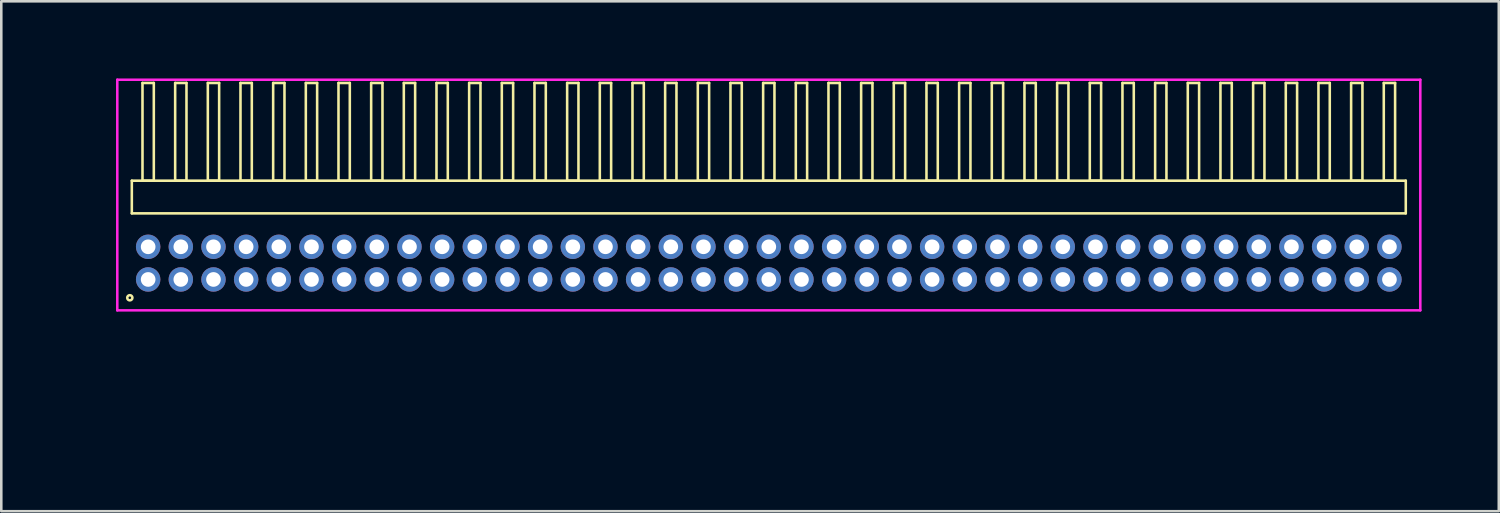
<source format=kicad_pcb>
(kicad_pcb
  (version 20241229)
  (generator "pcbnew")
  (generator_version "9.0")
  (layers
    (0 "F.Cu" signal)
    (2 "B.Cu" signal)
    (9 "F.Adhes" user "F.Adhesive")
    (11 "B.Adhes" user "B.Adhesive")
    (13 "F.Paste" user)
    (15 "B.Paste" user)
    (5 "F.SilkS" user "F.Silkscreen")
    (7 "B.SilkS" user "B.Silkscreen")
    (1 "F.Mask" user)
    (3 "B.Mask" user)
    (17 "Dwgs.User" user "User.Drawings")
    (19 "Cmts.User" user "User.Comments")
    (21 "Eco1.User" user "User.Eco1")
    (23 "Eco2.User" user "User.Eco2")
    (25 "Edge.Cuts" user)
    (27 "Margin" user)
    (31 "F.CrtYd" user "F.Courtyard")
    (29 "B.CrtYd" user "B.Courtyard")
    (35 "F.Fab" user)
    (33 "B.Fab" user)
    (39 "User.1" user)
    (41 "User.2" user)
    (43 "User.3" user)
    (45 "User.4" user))
  (footprint "HDR_RA127P39x2"
    (layer "F.Cu")
    (at 26.84 7.18)
    (property "Reference" "HDR_RA127P39x2" (at -26.08 0 90) (layer "User.1") (effects (font (size 1 1) (thickness 0.1))))
    (attr through_hole)
    (fp_line (start -24.765 -3.205) (end -24.765 -1.935) (stroke (width 0.1) (type solid)) (layer "F.SilkS"))
    (fp_line (start -24.765 -1.935) (end 24.765 -1.935) (stroke (width 0.1) (type solid)) (layer "F.SilkS"))
    (fp_line (start -24.35 -7.005) (end -24.35 -3.205) (stroke (width 0.1) (type solid)) (layer "F.SilkS"))
    (fp_line (start -24.35 -3.205) (end -23.91 -3.205) (stroke (width 0.1) (type solid)) (layer "F.SilkS"))
    (fp_line (start -23.91 -7.005) (end -24.35 -7.005) (stroke (width 0.1) (type solid)) (layer "F.SilkS"))
    (fp_line (start -23.91 -3.205) (end -23.91 -7.005) (stroke (width 0.1) (type solid)) (layer "F.SilkS"))
    (fp_line (start -23.08 -7.005) (end -23.08 -3.205) (stroke (width 0.1) (type solid)) (layer "F.SilkS"))
    (fp_line (start -23.08 -3.205) (end -22.64 -3.205) (stroke (width 0.1) (type solid)) (layer "F.SilkS"))
    (fp_line (start -22.64 -7.005) (end -23.08 -7.005) (stroke (width 0.1) (type solid)) (layer "F.SilkS"))
    (fp_line (start -22.64 -3.205) (end -22.64 -7.005) (stroke (width 0.1) (type solid)) (layer "F.SilkS"))
    (fp_line (start -21.81 -7.005) (end -21.81 -3.205) (stroke (width 0.1) (type solid)) (layer "F.SilkS"))
    (fp_line (start -21.81 -3.205) (end -21.37 -3.205) (stroke (width 0.1) (type solid)) (layer "F.SilkS"))
    (fp_line (start -21.37 -7.005) (end -21.81 -7.005) (stroke (width 0.1) (type solid)) (layer "F.SilkS"))
    (fp_line (start -21.37 -3.205) (end -21.37 -7.005) (stroke (width 0.1) (type solid)) (layer "F.SilkS"))
    (fp_line (start -20.54 -7.005) (end -20.54 -3.205) (stroke (width 0.1) (type solid)) (layer "F.SilkS"))
    (fp_line (start -20.54 -3.205) (end -20.1 -3.205) (stroke (width 0.1) (type solid)) (layer "F.SilkS"))
    (fp_line (start -20.1 -7.005) (end -20.54 -7.005) (stroke (width 0.1) (type solid)) (layer "F.SilkS"))
    (fp_line (start -20.1 -3.205) (end -20.1 -7.005) (stroke (width 0.1) (type solid)) (layer "F.SilkS"))
    (fp_line (start -19.27 -7.005) (end -19.27 -3.205) (stroke (width 0.1) (type solid)) (layer "F.SilkS"))
    (fp_line (start -19.27 -3.205) (end -18.83 -3.205) (stroke (width 0.1) (type solid)) (layer "F.SilkS"))
    (fp_line (start -18.83 -7.005) (end -19.27 -7.005) (stroke (width 0.1) (type solid)) (layer "F.SilkS"))
    (fp_line (start -18.83 -3.205) (end -18.83 -7.005) (stroke (width 0.1) (type solid)) (layer "F.SilkS"))
    (fp_line (start -18 -7.005) (end -18 -3.205) (stroke (width 0.1) (type solid)) (layer "F.SilkS"))
    (fp_line (start -18 -3.205) (end -17.56 -3.205) (stroke (width 0.1) (type solid)) (layer "F.SilkS"))
    (fp_line (start -17.56 -7.005) (end -18 -7.005) (stroke (width 0.1) (type solid)) (layer "F.SilkS"))
    (fp_line (start -17.56 -3.205) (end -17.56 -7.005) (stroke (width 0.1) (type solid)) (layer "F.SilkS"))
    (fp_line (start -16.73 -7.005) (end -16.73 -3.205) (stroke (width 0.1) (type solid)) (layer "F.SilkS"))
    (fp_line (start -16.73 -3.205) (end -16.29 -3.205) (stroke (width 0.1) (type solid)) (layer "F.SilkS"))
    (fp_line (start -16.29 -7.005) (end -16.73 -7.005) (stroke (width 0.1) (type solid)) (layer "F.SilkS"))
    (fp_line (start -16.29 -3.205) (end -16.29 -7.005) (stroke (width 0.1) (type solid)) (layer "F.SilkS"))
    (fp_line (start -15.46 -7.005) (end -15.46 -3.205) (stroke (width 0.1) (type solid)) (layer "F.SilkS"))
    (fp_line (start -15.46 -3.205) (end -15.02 -3.205) (stroke (width 0.1) (type solid)) (layer "F.SilkS"))
    (fp_line (start -15.02 -7.005) (end -15.46 -7.005) (stroke (width 0.1) (type solid)) (layer "F.SilkS"))
    (fp_line (start -15.02 -3.205) (end -15.02 -7.005) (stroke (width 0.1) (type solid)) (layer "F.SilkS"))
    (fp_line (start -14.19 -7.005) (end -14.19 -3.205) (stroke (width 0.1) (type solid)) (layer "F.SilkS"))
    (fp_line (start -14.19 -3.205) (end -13.75 -3.205) (stroke (width 0.1) (type solid)) (layer "F.SilkS"))
    (fp_line (start -13.75 -7.005) (end -14.19 -7.005) (stroke (width 0.1) (type solid)) (layer "F.SilkS"))
    (fp_line (start -13.75 -3.205) (end -13.75 -7.005) (stroke (width 0.1) (type solid)) (layer "F.SilkS"))
    (fp_line (start -12.92 -7.005) (end -12.92 -3.205) (stroke (width 0.1) (type solid)) (layer "F.SilkS"))
    (fp_line (start -12.92 -3.205) (end -12.48 -3.205) (stroke (width 0.1) (type solid)) (layer "F.SilkS"))
    (fp_line (start -12.48 -7.005) (end -12.92 -7.005) (stroke (width 0.1) (type solid)) (layer "F.SilkS"))
    (fp_line (start -12.48 -3.205) (end -12.48 -7.005) (stroke (width 0.1) (type solid)) (layer "F.SilkS"))
    (fp_line (start -11.65 -7.005) (end -11.65 -3.205) (stroke (width 0.1) (type solid)) (layer "F.SilkS"))
    (fp_line (start -11.65 -3.205) (end -11.21 -3.205) (stroke (width 0.1) (type solid)) (layer "F.SilkS"))
    (fp_line (start -11.21 -7.005) (end -11.65 -7.005) (stroke (width 0.1) (type solid)) (layer "F.SilkS"))
    (fp_line (start -11.21 -3.205) (end -11.21 -7.005) (stroke (width 0.1) (type solid)) (layer "F.SilkS"))
    (fp_line (start -10.38 -7.005) (end -10.38 -3.205) (stroke (width 0.1) (type solid)) (layer "F.SilkS"))
    (fp_line (start -10.38 -3.205) (end -9.94 -3.205) (stroke (width 0.1) (type solid)) (layer "F.SilkS"))
    (fp_line (start -9.94 -7.005) (end -10.38 -7.005) (stroke (width 0.1) (type solid)) (layer "F.SilkS"))
    (fp_line (start -9.94 -3.205) (end -9.94 -7.005) (stroke (width 0.1) (type solid)) (layer "F.SilkS"))
    (fp_line (start -9.11 -7.005) (end -9.11 -3.205) (stroke (width 0.1) (type solid)) (layer "F.SilkS"))
    (fp_line (start -9.11 -3.205) (end -8.67 -3.205) (stroke (width 0.1) (type solid)) (layer "F.SilkS"))
    (fp_line (start -8.67 -7.005) (end -9.11 -7.005) (stroke (width 0.1) (type solid)) (layer "F.SilkS"))
    (fp_line (start -8.67 -3.205) (end -8.67 -7.005) (stroke (width 0.1) (type solid)) (layer "F.SilkS"))
    (fp_line (start -7.84 -7.005) (end -7.84 -3.205) (stroke (width 0.1) (type solid)) (layer "F.SilkS"))
    (fp_line (start -7.84 -3.205) (end -7.4 -3.205) (stroke (width 0.1) (type solid)) (layer "F.SilkS"))
    (fp_line (start -7.4 -7.005) (end -7.84 -7.005) (stroke (width 0.1) (type solid)) (layer "F.SilkS"))
    (fp_line (start -7.4 -3.205) (end -7.4 -7.005) (stroke (width 0.1) (type solid)) (layer "F.SilkS"))
    (fp_line (start -6.57 -7.005) (end -6.57 -3.205) (stroke (width 0.1) (type solid)) (layer "F.SilkS"))
    (fp_line (start -6.57 -3.205) (end -6.13 -3.205) (stroke (width 0.1) (type solid)) (layer "F.SilkS"))
    (fp_line (start -6.13 -7.005) (end -6.57 -7.005) (stroke (width 0.1) (type solid)) (layer "F.SilkS"))
    (fp_line (start -6.13 -3.205) (end -6.13 -7.005) (stroke (width 0.1) (type solid)) (layer "F.SilkS"))
    (fp_line (start -5.3 -7.005) (end -5.3 -3.205) (stroke (width 0.1) (type solid)) (layer "F.SilkS"))
    (fp_line (start -5.3 -3.205) (end -4.86 -3.205) (stroke (width 0.1) (type solid)) (layer "F.SilkS"))
    (fp_line (start -4.86 -7.005) (end -5.3 -7.005) (stroke (width 0.1) (type solid)) (layer "F.SilkS"))
    (fp_line (start -4.86 -3.205) (end -4.86 -7.005) (stroke (width 0.1) (type solid)) (layer "F.SilkS"))
    (fp_line (start -4.03 -7.005) (end -4.03 -3.205) (stroke (width 0.1) (type solid)) (layer "F.SilkS"))
    (fp_line (start -4.03 -3.205) (end -3.59 -3.205) (stroke (width 0.1) (type solid)) (layer "F.SilkS"))
    (fp_line (start -3.59 -7.005) (end -4.03 -7.005) (stroke (width 0.1) (type solid)) (layer "F.SilkS"))
    (fp_line (start -3.59 -3.205) (end -3.59 -7.005) (stroke (width 0.1) (type solid)) (layer "F.SilkS"))
    (fp_line (start -2.76 -7.005) (end -2.76 -3.205) (stroke (width 0.1) (type solid)) (layer "F.SilkS"))
    (fp_line (start -2.76 -3.205) (end -2.32 -3.205) (stroke (width 0.1) (type solid)) (layer "F.SilkS"))
    (fp_line (start -2.32 -7.005) (end -2.76 -7.005) (stroke (width 0.1) (type solid)) (layer "F.SilkS"))
    (fp_line (start -2.32 -3.205) (end -2.32 -7.005) (stroke (width 0.1) (type solid)) (layer "F.SilkS"))
    (fp_line (start -1.49 -7.005) (end -1.49 -3.205) (stroke (width 0.1) (type solid)) (layer "F.SilkS"))
    (fp_line (start -1.49 -3.205) (end -1.05 -3.205) (stroke (width 0.1) (type solid)) (layer "F.SilkS"))
    (fp_line (start -1.05 -7.005) (end -1.49 -7.005) (stroke (width 0.1) (type solid)) (layer "F.SilkS"))
    (fp_line (start -1.05 -3.205) (end -1.05 -7.005) (stroke (width 0.1) (type solid)) (layer "F.SilkS"))
    (fp_line (start -0.22 -7.005) (end -0.22 -3.205) (stroke (width 0.1) (type solid)) (layer "F.SilkS"))
    (fp_line (start -0.22 -3.205) (end 0.22 -3.205) (stroke (width 0.1) (type solid)) (layer "F.SilkS"))
    (fp_line (start 0.22 -7.005) (end -0.22 -7.005) (stroke (width 0.1) (type solid)) (layer "F.SilkS"))
    (fp_line (start 0.22 -3.205) (end 0.22 -7.005) (stroke (width 0.1) (type solid)) (layer "F.SilkS"))
    (fp_line (start 1.05 -7.005) (end 1.05 -3.205) (stroke (width 0.1) (type solid)) (layer "F.SilkS"))
    (fp_line (start 1.05 -3.205) (end 1.49 -3.205) (stroke (width 0.1) (type solid)) (layer "F.SilkS"))
    (fp_line (start 1.49 -7.005) (end 1.05 -7.005) (stroke (width 0.1) (type solid)) (layer "F.SilkS"))
    (fp_line (start 1.49 -3.205) (end 1.49 -7.005) (stroke (width 0.1) (type solid)) (layer "F.SilkS"))
    (fp_line (start 2.32 -7.005) (end 2.32 -3.205) (stroke (width 0.1) (type solid)) (layer "F.SilkS"))
    (fp_line (start 2.32 -3.205) (end 2.76 -3.205) (stroke (width 0.1) (type solid)) (layer "F.SilkS"))
    (fp_line (start 2.76 -7.005) (end 2.32 -7.005) (stroke (width 0.1) (type solid)) (layer "F.SilkS"))
    (fp_line (start 2.76 -3.205) (end 2.76 -7.005) (stroke (width 0.1) (type solid)) (layer "F.SilkS"))
    (fp_line (start 3.59 -7.005) (end 3.59 -3.205) (stroke (width 0.1) (type solid)) (layer "F.SilkS"))
    (fp_line (start 3.59 -3.205) (end 4.03 -3.205) (stroke (width 0.1) (type solid)) (layer "F.SilkS"))
    (fp_line (start 4.03 -7.005) (end 3.59 -7.005) (stroke (width 0.1) (type solid)) (layer "F.SilkS"))
    (fp_line (start 4.03 -3.205) (end 4.03 -7.005) (stroke (width 0.1) (type solid)) (layer "F.SilkS"))
    (fp_line (start 4.86 -7.005) (end 4.86 -3.205) (stroke (width 0.1) (type solid)) (layer "F.SilkS"))
    (fp_line (start 4.86 -3.205) (end 5.3 -3.205) (stroke (width 0.1) (type solid)) (layer "F.SilkS"))
    (fp_line (start 5.3 -7.005) (end 4.86 -7.005) (stroke (width 0.1) (type solid)) (layer "F.SilkS"))
    (fp_line (start 5.3 -3.205) (end 5.3 -7.005) (stroke (width 0.1) (type solid)) (layer "F.SilkS"))
    (fp_line (start 6.13 -7.005) (end 6.13 -3.205) (stroke (width 0.1) (type solid)) (layer "F.SilkS"))
    (fp_line (start 6.13 -3.205) (end 6.57 -3.205) (stroke (width 0.1) (type solid)) (layer "F.SilkS"))
    (fp_line (start 6.57 -7.005) (end 6.13 -7.005) (stroke (width 0.1) (type solid)) (layer "F.SilkS"))
    (fp_line (start 6.57 -3.205) (end 6.57 -7.005) (stroke (width 0.1) (type solid)) (layer "F.SilkS"))
    (fp_line (start 7.4 -7.005) (end 7.4 -3.205) (stroke (width 0.1) (type solid)) (layer "F.SilkS"))
    (fp_line (start 7.4 -3.205) (end 7.84 -3.205) (stroke (width 0.1) (type solid)) (layer "F.SilkS"))
    (fp_line (start 7.84 -7.005) (end 7.4 -7.005) (stroke (width 0.1) (type solid)) (layer "F.SilkS"))
    (fp_line (start 7.84 -3.205) (end 7.84 -7.005) (stroke (width 0.1) (type solid)) (layer "F.SilkS"))
    (fp_line (start 8.67 -7.005) (end 8.67 -3.205) (stroke (width 0.1) (type solid)) (layer "F.SilkS"))
    (fp_line (start 8.67 -3.205) (end 9.11 -3.205) (stroke (width 0.1) (type solid)) (layer "F.SilkS"))
    (fp_line (start 9.11 -7.005) (end 8.67 -7.005) (stroke (width 0.1) (type solid)) (layer "F.SilkS"))
    (fp_line (start 9.11 -3.205) (end 9.11 -7.005) (stroke (width 0.1) (type solid)) (layer "F.SilkS"))
    (fp_line (start 9.94 -7.005) (end 9.94 -3.205) (stroke (width 0.1) (type solid)) (layer "F.SilkS"))
    (fp_line (start 9.94 -3.205) (end 10.38 -3.205) (stroke (width 0.1) (type solid)) (layer "F.SilkS"))
    (fp_line (start 10.38 -7.005) (end 9.94 -7.005) (stroke (width 0.1) (type solid)) (layer "F.SilkS"))
    (fp_line (start 10.38 -3.205) (end 10.38 -7.005) (stroke (width 0.1) (type solid)) (layer "F.SilkS"))
    (fp_line (start 11.21 -7.005) (end 11.21 -3.205) (stroke (width 0.1) (type solid)) (layer "F.SilkS"))
    (fp_line (start 11.21 -3.205) (end 11.65 -3.205) (stroke (width 0.1) (type solid)) (layer "F.SilkS"))
    (fp_line (start 11.65 -7.005) (end 11.21 -7.005) (stroke (width 0.1) (type solid)) (layer "F.SilkS"))
    (fp_line (start 11.65 -3.205) (end 11.65 -7.005) (stroke (width 0.1) (type solid)) (layer "F.SilkS"))
    (fp_line (start 12.48 -7.005) (end 12.48 -3.205) (stroke (width 0.1) (type solid)) (layer "F.SilkS"))
    (fp_line (start 12.48 -3.205) (end 12.92 -3.205) (stroke (width 0.1) (type solid)) (layer "F.SilkS"))
    (fp_line (start 12.92 -7.005) (end 12.48 -7.005) (stroke (width 0.1) (type solid)) (layer "F.SilkS"))
    (fp_line (start 12.92 -3.205) (end 12.92 -7.005) (stroke (width 0.1) (type solid)) (layer "F.SilkS"))
    (fp_line (start 13.75 -7.005) (end 13.75 -3.205) (stroke (width 0.1) (type solid)) (layer "F.SilkS"))
    (fp_line (start 13.75 -3.205) (end 14.19 -3.205) (stroke (width 0.1) (type solid)) (layer "F.SilkS"))
    (fp_line (start 14.19 -7.005) (end 13.75 -7.005) (stroke (width 0.1) (type solid)) (layer "F.SilkS"))
    (fp_line (start 14.19 -3.205) (end 14.19 -7.005) (stroke (width 0.1) (type solid)) (layer "F.SilkS"))
    (fp_line (start 15.02 -7.005) (end 15.02 -3.205) (stroke (width 0.1) (type solid)) (layer "F.SilkS"))
    (fp_line (start 15.02 -3.205) (end 15.46 -3.205) (stroke (width 0.1) (type solid)) (layer "F.SilkS"))
    (fp_line (start 15.46 -7.005) (end 15.02 -7.005) (stroke (width 0.1) (type solid)) (layer "F.SilkS"))
    (fp_line (start 15.46 -3.205) (end 15.46 -7.005) (stroke (width 0.1) (type solid)) (layer "F.SilkS"))
    (fp_line (start 16.29 -7.005) (end 16.29 -3.205) (stroke (width 0.1) (type solid)) (layer "F.SilkS"))
    (fp_line (start 16.29 -3.205) (end 16.73 -3.205) (stroke (width 0.1) (type solid)) (layer "F.SilkS"))
    (fp_line (start 16.73 -7.005) (end 16.29 -7.005) (stroke (width 0.1) (type solid)) (layer "F.SilkS"))
    (fp_line (start 16.73 -3.205) (end 16.73 -7.005) (stroke (width 0.1) (type solid)) (layer "F.SilkS"))
    (fp_line (start 17.56 -7.005) (end 17.56 -3.205) (stroke (width 0.1) (type solid)) (layer "F.SilkS"))
    (fp_line (start 17.56 -3.205) (end 18 -3.205) (stroke (width 0.1) (type solid)) (layer "F.SilkS"))
    (fp_line (start 18 -7.005) (end 17.56 -7.005) (stroke (width 0.1) (type solid)) (layer "F.SilkS"))
    (fp_line (start 18 -3.205) (end 18 -7.005) (stroke (width 0.1) (type solid)) (layer "F.SilkS"))
    (fp_line (start 18.83 -7.005) (end 18.83 -3.205) (stroke (width 0.1) (type solid)) (layer "F.SilkS"))
    (fp_line (start 18.83 -3.205) (end 19.27 -3.205) (stroke (width 0.1) (type solid)) (layer "F.SilkS"))
    (fp_line (start 19.27 -7.005) (end 18.83 -7.005) (stroke (width 0.1) (type solid)) (layer "F.SilkS"))
    (fp_line (start 19.27 -3.205) (end 19.27 -7.005) (stroke (width 0.1) (type solid)) (layer "F.SilkS"))
    (fp_line (start 20.1 -7.005) (end 20.1 -3.205) (stroke (width 0.1) (type solid)) (layer "F.SilkS"))
    (fp_line (start 20.1 -3.205) (end 20.54 -3.205) (stroke (width 0.1) (type solid)) (layer "F.SilkS"))
    (fp_line (start 20.54 -7.005) (end 20.1 -7.005) (stroke (width 0.1) (type solid)) (layer "F.SilkS"))
    (fp_line (start 20.54 -3.205) (end 20.54 -7.005) (stroke (width 0.1) (type solid)) (layer "F.SilkS"))
    (fp_line (start 21.37 -7.005) (end 21.37 -3.205) (stroke (width 0.1) (type solid)) (layer "F.SilkS"))
    (fp_line (start 21.37 -3.205) (end 21.81 -3.205) (stroke (width 0.1) (type solid)) (layer "F.SilkS"))
    (fp_line (start 21.81 -7.005) (end 21.37 -7.005) (stroke (width 0.1) (type solid)) (layer "F.SilkS"))
    (fp_line (start 21.81 -3.205) (end 21.81 -7.005) (stroke (width 0.1) (type solid)) (layer "F.SilkS"))
    (fp_line (start 22.64 -7.005) (end 22.64 -3.205) (stroke (width 0.1) (type solid)) (layer "F.SilkS"))
    (fp_line (start 22.64 -3.205) (end 23.08 -3.205) (stroke (width 0.1) (type solid)) (layer "F.SilkS"))
    (fp_line (start 23.08 -7.005) (end 22.64 -7.005) (stroke (width 0.1) (type solid)) (layer "F.SilkS"))
    (fp_line (start 23.08 -3.205) (end 23.08 -7.005) (stroke (width 0.1) (type solid)) (layer "F.SilkS"))
    (fp_line (start 23.91 -7.005) (end 23.91 -3.205) (stroke (width 0.1) (type solid)) (layer "F.SilkS"))
    (fp_line (start 23.91 -3.205) (end 24.35 -3.205) (stroke (width 0.1) (type solid)) (layer "F.SilkS"))
    (fp_line (start 24.35 -7.005) (end 23.91 -7.005) (stroke (width 0.1) (type solid)) (layer "F.SilkS"))
    (fp_line (start 24.35 -3.205) (end 24.35 -7.005) (stroke (width 0.1) (type solid)) (layer "F.SilkS"))
    (fp_line (start 24.765 -3.205) (end -24.765 -3.205) (stroke (width 0.1) (type solid)) (layer "F.SilkS"))
    (fp_line (start 24.765 -1.935) (end 24.765 -3.205) (stroke (width 0.1) (type solid)) (layer "F.SilkS"))
    (fp_circle (center -24.843 1.347) (end -24.742 1.347) (stroke (width 0.1) (type solid)) (fill no) (layer "F.SilkS"))
    (fp_line (start -25.33 -7.13) (end -25.33 1.835) (stroke (width 0.1) (type solid)) (layer "F.CrtYd"))
    (fp_line (start -25.33 1.835) (end 25.33 1.835) (stroke (width 0.1) (type solid)) (layer "F.CrtYd"))
    (fp_line (start 25.33 -7.13) (end -25.33 -7.13) (stroke (width 0.1) (type solid)) (layer "F.CrtYd"))
    (fp_line (start 25.33 1.835) (end 25.33 -7.13) (stroke (width 0.1) (type solid)) (layer "F.CrtYd"))
    (pad "1" thru_hole oval (at -24.13 0.635) (size 0.95 0.95) (drill 0.57) (layers "*.Cu" "*.Mask"))
    (pad "2" thru_hole oval (at -24.13 -0.635) (size 0.95 0.95) (drill 0.57) (layers "*.Cu" "*.Mask"))
    (pad "3" thru_hole oval (at -22.86 0.635) (size 0.95 0.95) (drill 0.57) (layers "*.Cu" "*.Mask"))
    (pad "4" thru_hole oval (at -22.86 -0.635) (size 0.95 0.95) (drill 0.57) (layers "*.Cu" "*.Mask"))
    (pad "5" thru_hole oval (at -21.59 0.635) (size 0.95 0.95) (drill 0.57) (layers "*.Cu" "*.Mask"))
    (pad "6" thru_hole oval (at -21.59 -0.635) (size 0.95 0.95) (drill 0.57) (layers "*.Cu" "*.Mask"))
    (pad "7" thru_hole oval (at -20.32 0.635) (size 0.95 0.95) (drill 0.57) (layers "*.Cu" "*.Mask"))
    (pad "8" thru_hole oval (at -20.32 -0.635) (size 0.95 0.95) (drill 0.57) (layers "*.Cu" "*.Mask"))
    (pad "9" thru_hole oval (at -19.05 0.635) (size 0.95 0.95) (drill 0.57) (layers "*.Cu" "*.Mask"))
    (pad "10" thru_hole oval (at -19.05 -0.635) (size 0.95 0.95) (drill 0.57) (layers "*.Cu" "*.Mask"))
    (pad "11" thru_hole oval (at -17.78 0.635) (size 0.95 0.95) (drill 0.57) (layers "*.Cu" "*.Mask"))
    (pad "12" thru_hole oval (at -17.78 -0.635) (size 0.95 0.95) (drill 0.57) (layers "*.Cu" "*.Mask"))
    (pad "13" thru_hole oval (at -16.51 0.635) (size 0.95 0.95) (drill 0.57) (layers "*.Cu" "*.Mask"))
    (pad "14" thru_hole oval (at -16.51 -0.635) (size 0.95 0.95) (drill 0.57) (layers "*.Cu" "*.Mask"))
    (pad "15" thru_hole oval (at -15.24 0.635) (size 0.95 0.95) (drill 0.57) (layers "*.Cu" "*.Mask"))
    (pad "16" thru_hole oval (at -15.24 -0.635) (size 0.95 0.95) (drill 0.57) (layers "*.Cu" "*.Mask"))
    (pad "17" thru_hole oval (at -13.97 0.635) (size 0.95 0.95) (drill 0.57) (layers "*.Cu" "*.Mask"))
    (pad "18" thru_hole oval (at -13.97 -0.635) (size 0.95 0.95) (drill 0.57) (layers "*.Cu" "*.Mask"))
    (pad "19" thru_hole oval (at -12.7 0.635) (size 0.95 0.95) (drill 0.57) (layers "*.Cu" "*.Mask"))
    (pad "20" thru_hole oval (at -12.7 -0.635) (size 0.95 0.95) (drill 0.57) (layers "*.Cu" "*.Mask"))
    (pad "21" thru_hole oval (at -11.43 0.635) (size 0.95 0.95) (drill 0.57) (layers "*.Cu" "*.Mask"))
    (pad "22" thru_hole oval (at -11.43 -0.635) (size 0.95 0.95) (drill 0.57) (layers "*.Cu" "*.Mask"))
    (pad "23" thru_hole oval (at -10.16 0.635) (size 0.95 0.95) (drill 0.57) (layers "*.Cu" "*.Mask"))
    (pad "24" thru_hole oval (at -10.16 -0.635) (size 0.95 0.95) (drill 0.57) (layers "*.Cu" "*.Mask"))
    (pad "25" thru_hole oval (at -8.89 0.635) (size 0.95 0.95) (drill 0.57) (layers "*.Cu" "*.Mask"))
    (pad "26" thru_hole oval (at -8.89 -0.635) (size 0.95 0.95) (drill 0.57) (layers "*.Cu" "*.Mask"))
    (pad "27" thru_hole oval (at -7.62 0.635) (size 0.95 0.95) (drill 0.57) (layers "*.Cu" "*.Mask"))
    (pad "28" thru_hole oval (at -7.62 -0.635) (size 0.95 0.95) (drill 0.57) (layers "*.Cu" "*.Mask"))
    (pad "29" thru_hole oval (at -6.35 0.635) (size 0.95 0.95) (drill 0.57) (layers "*.Cu" "*.Mask"))
    (pad "30" thru_hole oval (at -6.35 -0.635) (size 0.95 0.95) (drill 0.57) (layers "*.Cu" "*.Mask"))
    (pad "31" thru_hole oval (at -5.08 0.635) (size 0.95 0.95) (drill 0.57) (layers "*.Cu" "*.Mask"))
    (pad "32" thru_hole oval (at -5.08 -0.635) (size 0.95 0.95) (drill 0.57) (layers "*.Cu" "*.Mask"))
    (pad "33" thru_hole oval (at -3.81 0.635) (size 0.95 0.95) (drill 0.57) (layers "*.Cu" "*.Mask"))
    (pad "34" thru_hole oval (at -3.81 -0.635) (size 0.95 0.95) (drill 0.57) (layers "*.Cu" "*.Mask"))
    (pad "35" thru_hole oval (at -2.54 0.635) (size 0.95 0.95) (drill 0.57) (layers "*.Cu" "*.Mask"))
    (pad "36" thru_hole oval (at -2.54 -0.635) (size 0.95 0.95) (drill 0.57) (layers "*.Cu" "*.Mask"))
    (pad "37" thru_hole oval (at -1.27 0.635) (size 0.95 0.95) (drill 0.57) (layers "*.Cu" "*.Mask"))
    (pad "38" thru_hole oval (at -1.27 -0.635) (size 0.95 0.95) (drill 0.57) (layers "*.Cu" "*.Mask"))
    (pad "39" thru_hole oval (at 0 0.635) (size 0.95 0.95) (drill 0.57) (layers "*.Cu" "*.Mask"))
    (pad "40" thru_hole oval (at 0 -0.635) (size 0.95 0.95) (drill 0.57) (layers "*.Cu" "*.Mask"))
    (pad "41" thru_hole oval (at 1.27 0.635) (size 0.95 0.95) (drill 0.57) (layers "*.Cu" "*.Mask"))
    (pad "42" thru_hole oval (at 1.27 -0.635) (size 0.95 0.95) (drill 0.57) (layers "*.Cu" "*.Mask"))
    (pad "43" thru_hole oval (at 2.54 0.635) (size 0.95 0.95) (drill 0.57) (layers "*.Cu" "*.Mask"))
    (pad "44" thru_hole oval (at 2.54 -0.635) (size 0.95 0.95) (drill 0.57) (layers "*.Cu" "*.Mask"))
    (pad "45" thru_hole oval (at 3.81 0.635) (size 0.95 0.95) (drill 0.57) (layers "*.Cu" "*.Mask"))
    (pad "46" thru_hole oval (at 3.81 -0.635) (size 0.95 0.95) (drill 0.57) (layers "*.Cu" "*.Mask"))
    (pad "47" thru_hole oval (at 5.08 0.635) (size 0.95 0.95) (drill 0.57) (layers "*.Cu" "*.Mask"))
    (pad "48" thru_hole oval (at 5.08 -0.635) (size 0.95 0.95) (drill 0.57) (layers "*.Cu" "*.Mask"))
    (pad "49" thru_hole oval (at 6.35 0.635) (size 0.95 0.95) (drill 0.57) (layers "*.Cu" "*.Mask"))
    (pad "50" thru_hole oval (at 6.35 -0.635) (size 0.95 0.95) (drill 0.57) (layers "*.Cu" "*.Mask"))
    (pad "51" thru_hole oval (at 7.62 0.635) (size 0.95 0.95) (drill 0.57) (layers "*.Cu" "*.Mask"))
    (pad "52" thru_hole oval (at 7.62 -0.635) (size 0.95 0.95) (drill 0.57) (layers "*.Cu" "*.Mask"))
    (pad "53" thru_hole oval (at 8.89 0.635) (size 0.95 0.95) (drill 0.57) (layers "*.Cu" "*.Mask"))
    (pad "54" thru_hole oval (at 8.89 -0.635) (size 0.95 0.95) (drill 0.57) (layers "*.Cu" "*.Mask"))
    (pad "55" thru_hole oval (at 10.16 0.635) (size 0.95 0.95) (drill 0.57) (layers "*.Cu" "*.Mask"))
    (pad "56" thru_hole oval (at 10.16 -0.635) (size 0.95 0.95) (drill 0.57) (layers "*.Cu" "*.Mask"))
    (pad "57" thru_hole oval (at 11.43 0.635) (size 0.95 0.95) (drill 0.57) (layers "*.Cu" "*.Mask"))
    (pad "58" thru_hole oval (at 11.43 -0.635) (size 0.95 0.95) (drill 0.57) (layers "*.Cu" "*.Mask"))
    (pad "59" thru_hole oval (at 12.7 0.635) (size 0.95 0.95) (drill 0.57) (layers "*.Cu" "*.Mask"))
    (pad "60" thru_hole oval (at 12.7 -0.635) (size 0.95 0.95) (drill 0.57) (layers "*.Cu" "*.Mask"))
    (pad "61" thru_hole oval (at 13.97 0.635) (size 0.95 0.95) (drill 0.57) (layers "*.Cu" "*.Mask"))
    (pad "62" thru_hole oval (at 13.97 -0.635) (size 0.95 0.95) (drill 0.57) (layers "*.Cu" "*.Mask"))
    (pad "63" thru_hole oval (at 15.24 0.635) (size 0.95 0.95) (drill 0.57) (layers "*.Cu" "*.Mask"))
    (pad "64" thru_hole oval (at 15.24 -0.635) (size 0.95 0.95) (drill 0.57) (layers "*.Cu" "*.Mask"))
    (pad "65" thru_hole oval (at 16.51 0.635) (size 0.95 0.95) (drill 0.57) (layers "*.Cu" "*.Mask"))
    (pad "66" thru_hole oval (at 16.51 -0.635) (size 0.95 0.95) (drill 0.57) (layers "*.Cu" "*.Mask"))
    (pad "67" thru_hole oval (at 17.78 0.635) (size 0.95 0.95) (drill 0.57) (layers "*.Cu" "*.Mask"))
    (pad "68" thru_hole oval (at 17.78 -0.635) (size 0.95 0.95) (drill 0.57) (layers "*.Cu" "*.Mask"))
    (pad "69" thru_hole oval (at 19.05 0.635) (size 0.95 0.95) (drill 0.57) (layers "*.Cu" "*.Mask"))
    (pad "70" thru_hole oval (at 19.05 -0.635) (size 0.95 0.95) (drill 0.57) (layers "*.Cu" "*.Mask"))
    (pad "71" thru_hole oval (at 20.32 0.635) (size 0.95 0.95) (drill 0.57) (layers "*.Cu" "*.Mask"))
    (pad "72" thru_hole oval (at 20.32 -0.635) (size 0.95 0.95) (drill 0.57) (layers "*.Cu" "*.Mask"))
    (pad "73" thru_hole oval (at 21.59 0.635) (size 0.95 0.95) (drill 0.57) (layers "*.Cu" "*.Mask"))
    (pad "74" thru_hole oval (at 21.59 -0.635) (size 0.95 0.95) (drill 0.57) (layers "*.Cu" "*.Mask"))
    (pad "75" thru_hole oval (at 22.86 0.635) (size 0.95 0.95) (drill 0.57) (layers "*.Cu" "*.Mask"))
    (pad "76" thru_hole oval (at 22.86 -0.635) (size 0.95 0.95) (drill 0.57) (layers "*.Cu" "*.Mask"))
    (pad "77" thru_hole oval (at 24.13 0.635) (size 0.95 0.95) (drill 0.57) (layers "*.Cu" "*.Mask"))
    (pad "78" thru_hole oval (at 24.13 -0.635) (size 0.95 0.95) (drill 0.57) (layers "*.Cu" "*.Mask")))
  (gr_rect
    (start -3 -3)
    (end 55.221 16.825)
    (stroke (width 0.1) (type default))
    (fill no)
    (layer "Edge.Cuts")))
</source>
